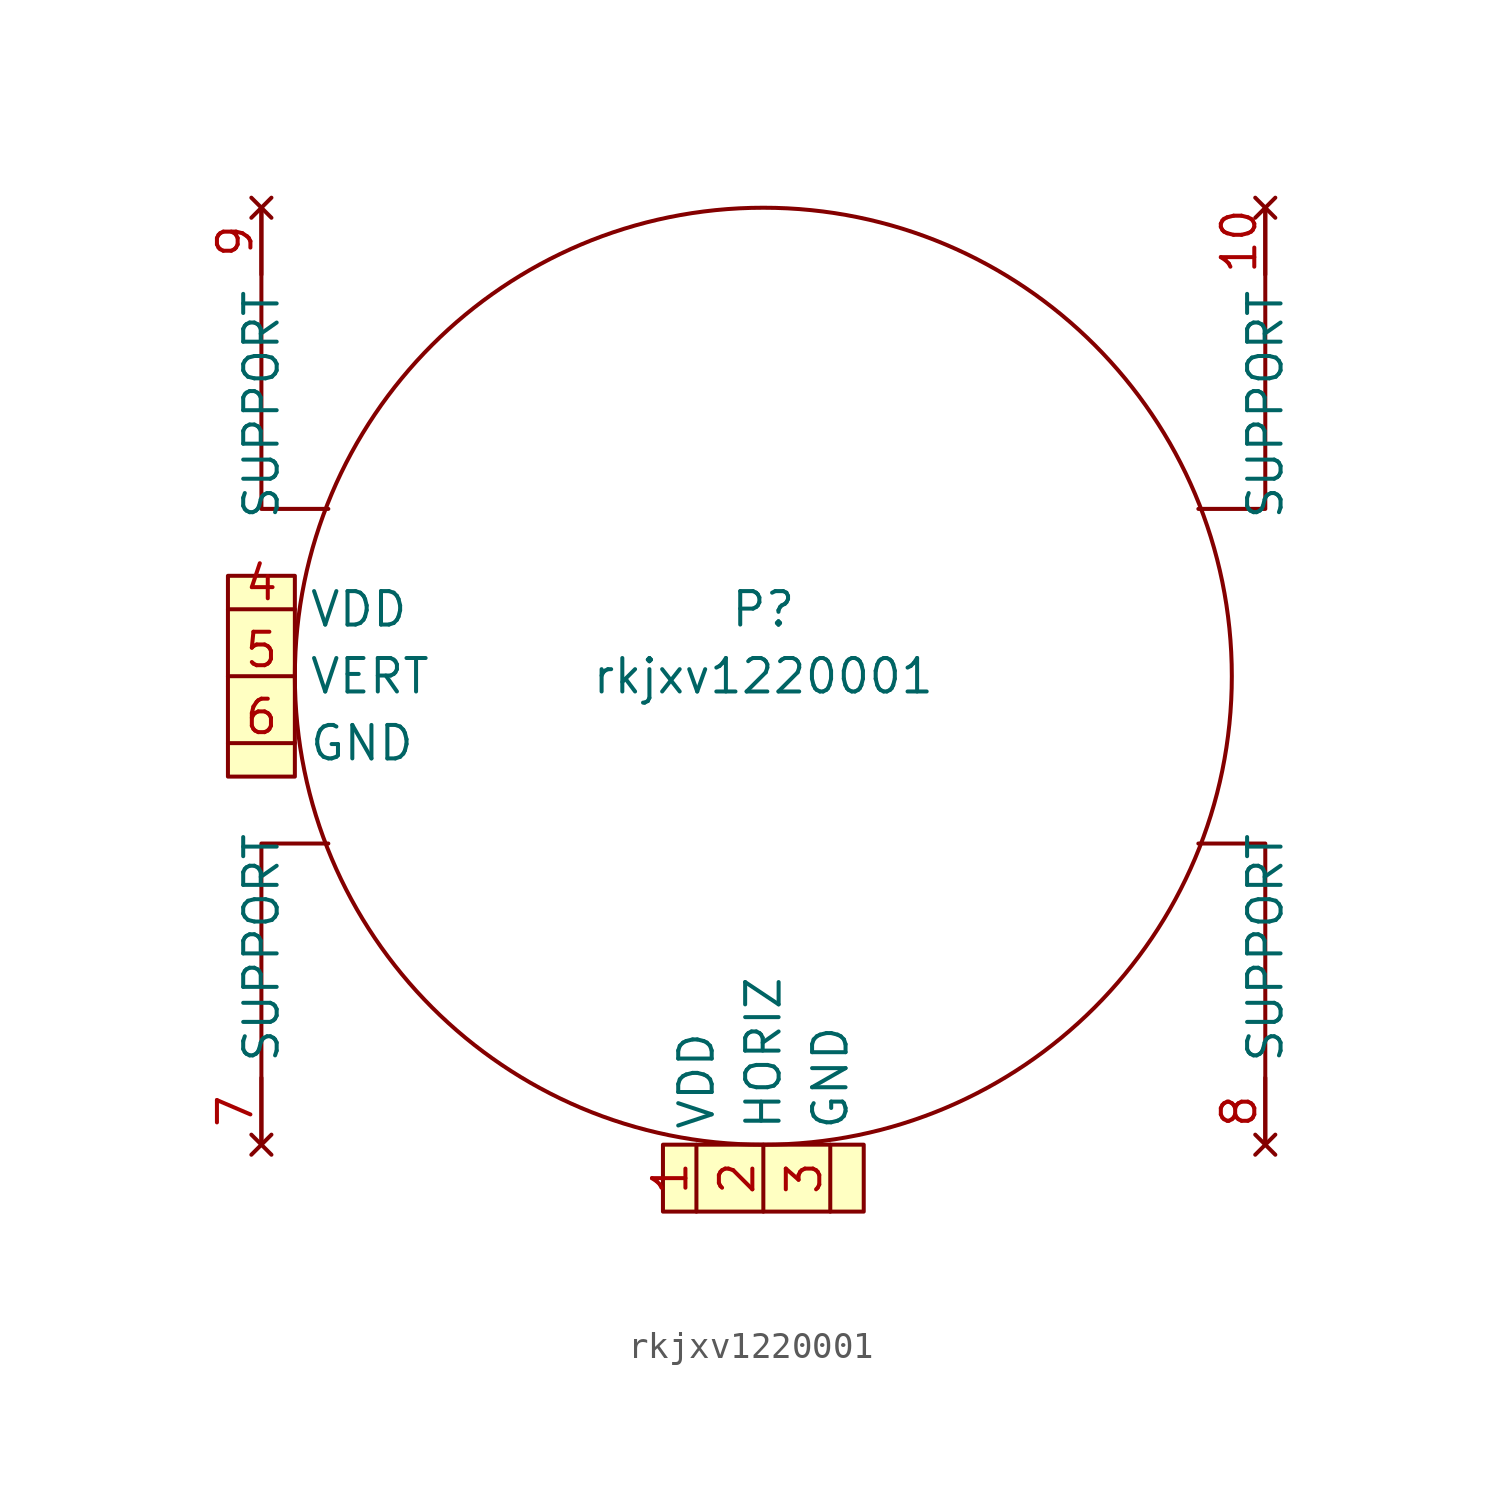
<source format=kicad_sym>
(kicad_symbol_lib
  (version 20211014)
  (generator kicad_symbol_editor)
  (symbol "rkjxv1220001"
    (property "Reference" "P"
      (at 0 2.54 0)
      (effects (font (size 1.27 1.27))))
    (property "Value" "rkjxv1220001"
      (at 0 0 0)
      (effects (font (size 1.27 1.27))))
    (symbol "rkjxv1220001_0_1"
      (rectangle (start -17.78 3.81) (end -20.32 -3.81) (stroke (width 0) (type default) (color 0 0 0 0)) (fill (type background)))
      (rectangle (start -3.81 -20.32) (end 3.81 -17.78) (stroke (width 0) (type default) (color 0 0 0 0)) (fill (type background)))
      (circle (center 0 0) (radius 17.78) (stroke (width 0) (type default) (color 0 0 0 0)) (fill (type none)))
      (polyline (pts (xy -16.51 6.35) (xy -19.05 6.35) (xy -19.05 17.78)) (stroke (width 0) (type default) (color 0 0 0 0)) (fill (type none)))
      (polyline (pts (xy 16.51 -6.35) (xy 19.05 -6.35) (xy 19.05 -17.78)) (stroke (width 0) (type default) (color 0 0 0 0)) (fill (type none)))
      (polyline (pts (xy 16.51 6.35) (xy 19.05 6.35) (xy 19.05 17.78)) (stroke (width 0) (type default) (color 0 0 0 0)) (fill (type none)))
      (polyline (pts (xy -19.05 -6.35) (xy -16.51 -6.35) (xy -19.05 -6.35) (xy -19.05 -17.78)) (stroke (width 0) (type default) (color 0 0 0 0)) (fill (type none))))
    (symbol "rkjxv1220001_1_1"
      (pin power_in line (at -2.54 -20.32 90) (length 2.54) (name "VDD" (effects (font (size 1.27 1.27)))) (number "1" (effects (font (size 1.27 1.27)))))
      (pin no_connect line (at 19.05 17.78 270) (length 2.54) (name "SUPPORT" (effects (font (size 1.27 1.27)))) (number "10" (effects (font (size 1.27 1.27)))))
      (pin output line (at 0 -20.32 90) (length 2.54) (name "HORIZ" (effects (font (size 1.27 1.27)))) (number "2" (effects (font (size 1.27 1.27)))))
      (pin power_in line (at 2.54 -20.32 90) (length 2.54) (name "GND" (effects (font (size 1.27 1.27)))) (number "3" (effects (font (size 1.27 1.27)))))
      (pin power_in line (at -20.32 2.54 0) (length 2.54) (name "VDD" (effects (font (size 1.27 1.27)))) (number "4" (effects (font (size 1.27 1.27)))))
      (pin output line (at -20.32 0 0) (length 2.54) (name "VERT" (effects (font (size 1.27 1.27)))) (number "5" (effects (font (size 1.27 1.27)))))
      (pin power_in line (at -20.32 -2.54 0) (length 2.54) (name "GND" (effects (font (size 1.27 1.27)))) (number "6" (effects (font (size 1.27 1.27)))))
      (pin no_connect line (at -19.05 -17.78 90) (length 2.54) (name "SUPPORT" (effects (font (size 1.27 1.27)))) (number "7" (effects (font (size 1.27 1.27)))))
      (pin no_connect line (at 19.05 -17.78 90) (length 2.54) (name "SUPPORT" (effects (font (size 1.27 1.27)))) (number "8" (effects (font (size 1.27 1.27)))))
      (pin no_connect line (at -19.05 17.78 270) (length 2.54) (name "SUPPORT" (effects (font (size 1.27 1.27)))) (number "9" (effects (font (size 1.27 1.27))))))))
</source>
